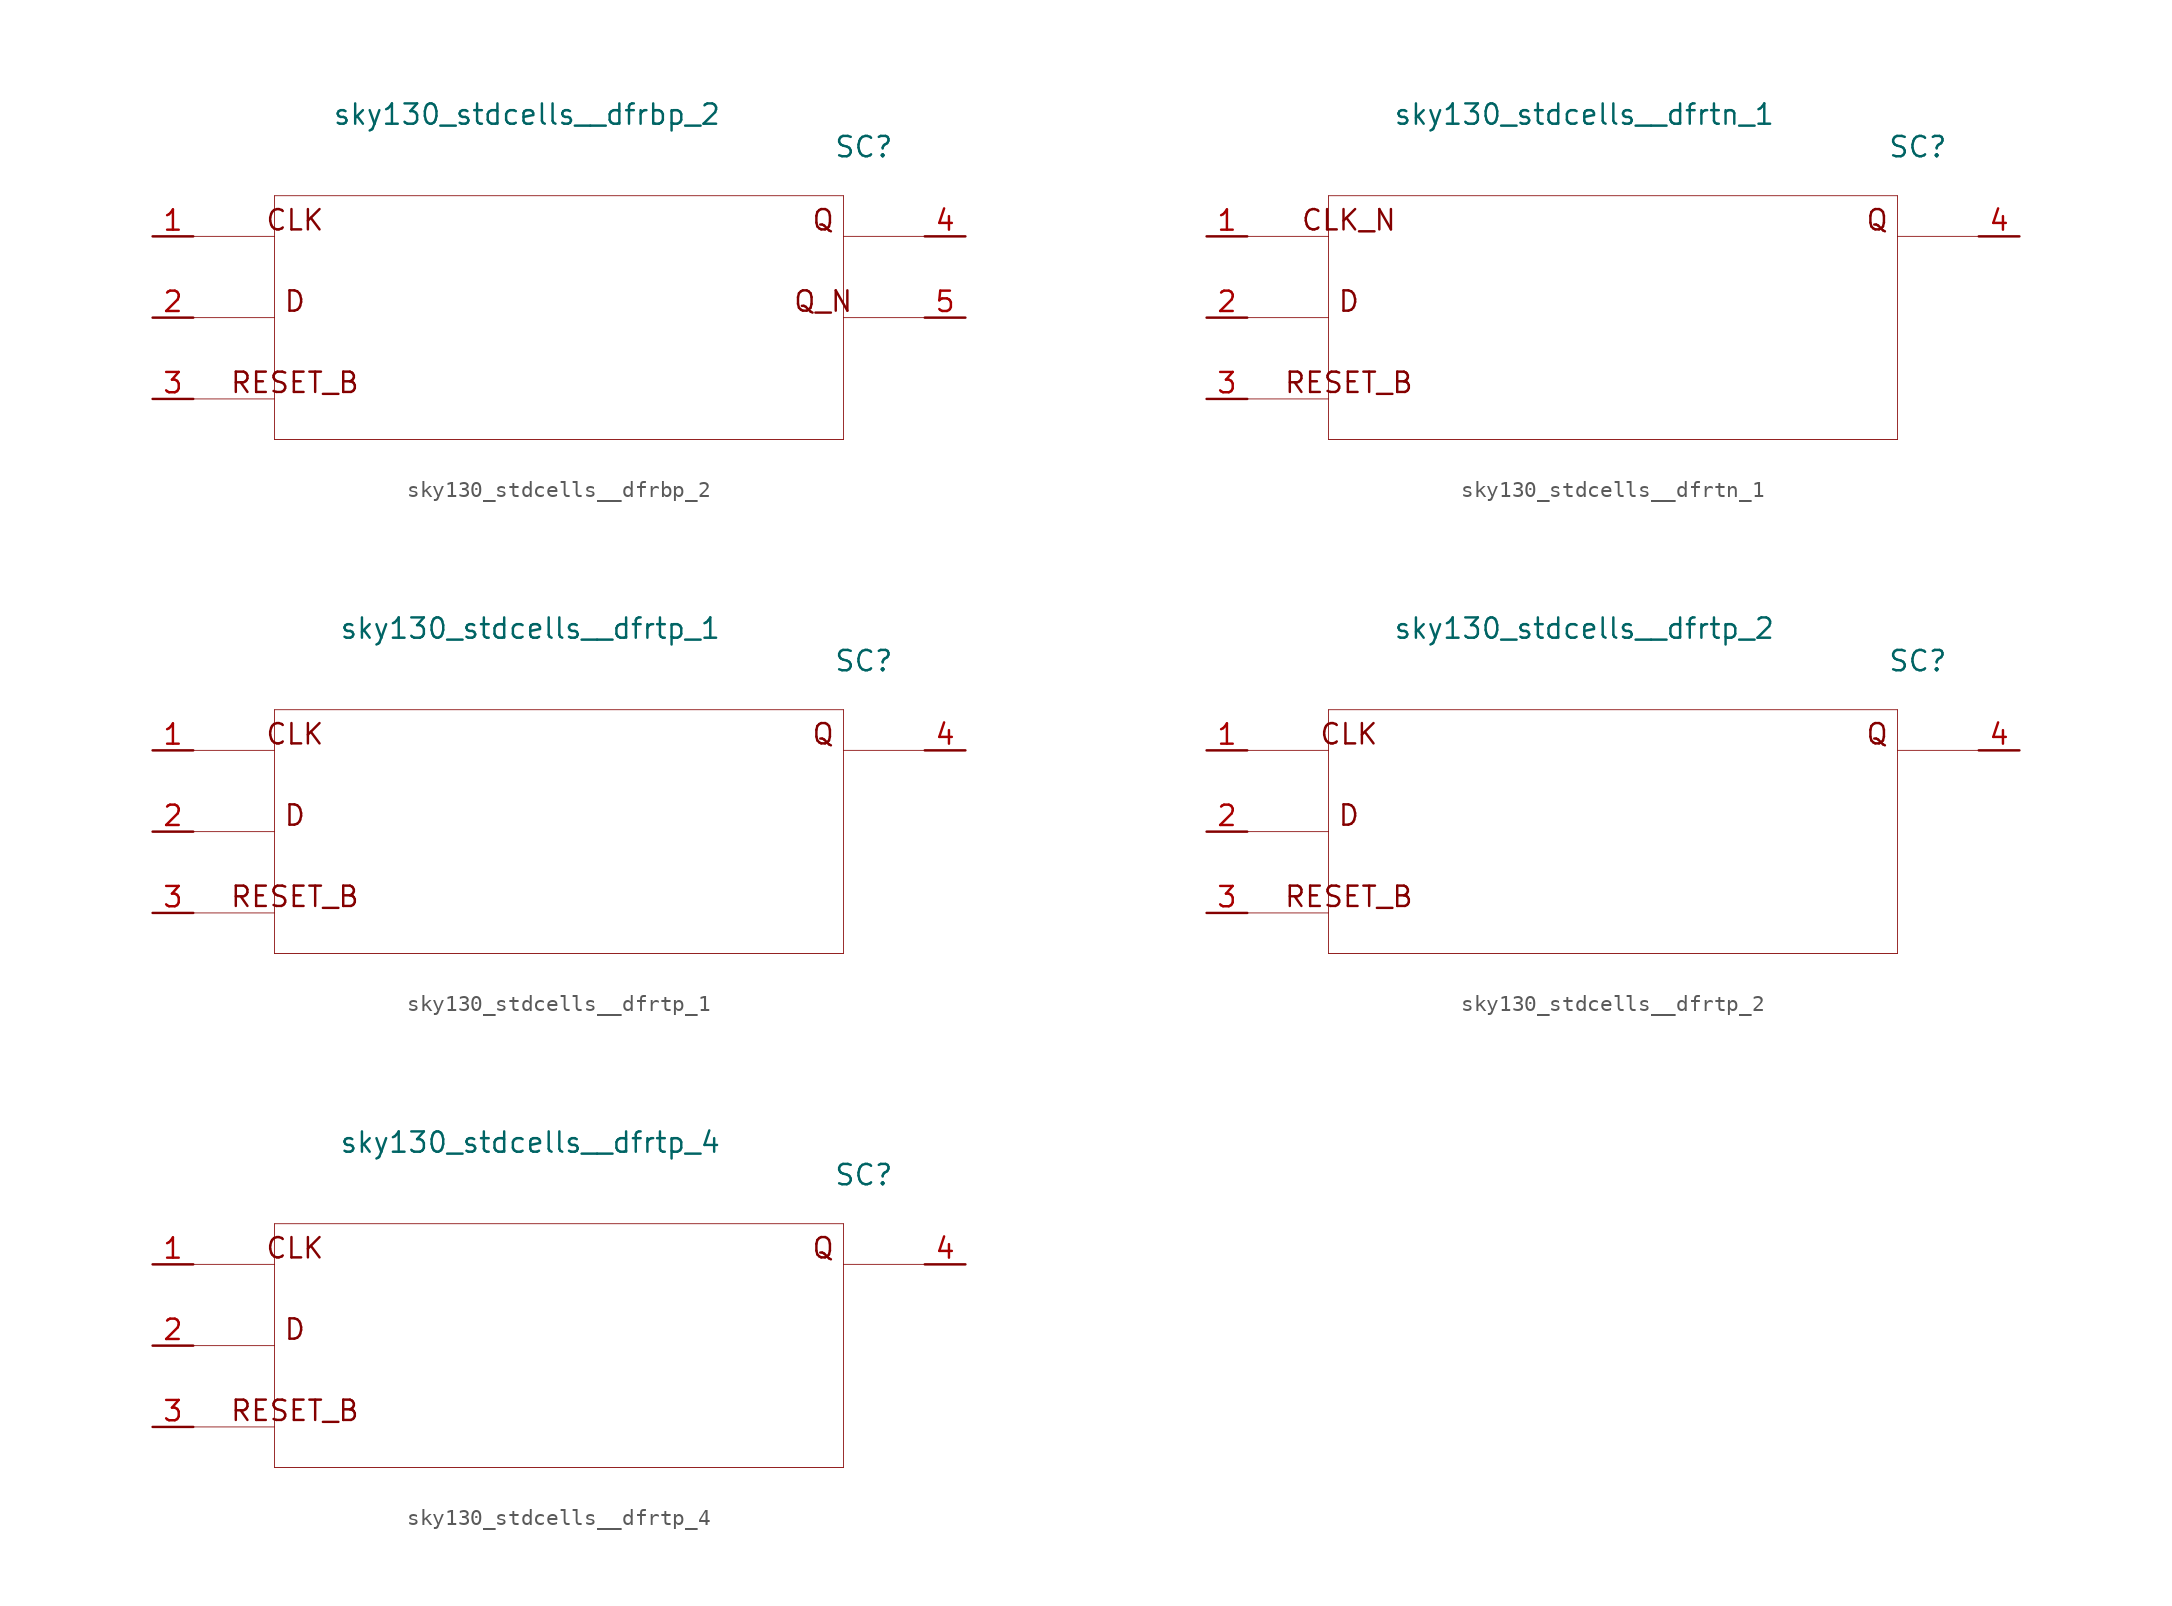
<source format=kicad_sym>
(kicad_symbol_lib
  (version 20211014)
  (generator kicad_symbol_editor)
  (symbol "sky130_stdcells__dfrbp_2"
    (pin_names hide)
    (property "Reference" "SC"
      (at 19.05 10.668 0)
      (effects (font (size 1.27 1.27))))
    (property "Value" "sky130_stdcells__dfrbp_2"
      (at 10.16 12.7 0)
      (effects (font (size 1.27 1.27)) (justify right)))
    (symbol "sky130_stdcells__dfrbp_2_0_0"
      (polyline (pts (xy -22.86 -5.08) (xy -17.78 -5.08)) (stroke (width 0.051) (type default) (color 0 0 0 0)) (fill (type none)))
      (polyline (pts (xy -22.86 0) (xy -17.78 0)) (stroke (width 0.051) (type default) (color 0 0 0 0)) (fill (type none)))
      (polyline (pts (xy -22.86 5.08) (xy -17.78 5.08)) (stroke (width 0.051) (type default) (color 0 0 0 0)) (fill (type none)))
      (polyline (pts (xy -17.78 -7.62) (xy 17.78 -7.62)) (stroke (width 0.051) (type default) (color 0 0 0 0)) (fill (type none)))
      (polyline (pts (xy -17.78 7.62) (xy -17.78 -7.62)) (stroke (width 0.051) (type default) (color 0 0 0 0)) (fill (type none)))
      (polyline (pts (xy -17.78 7.62) (xy 17.78 7.62)) (stroke (width 0.051) (type default) (color 0 0 0 0)) (fill (type none)))
      (polyline (pts (xy 17.78 0) (xy 22.86 0)) (stroke (width 0.051) (type default) (color 0 0 0 0)) (fill (type none)))
      (polyline (pts (xy 17.78 5.08) (xy 22.86 5.08)) (stroke (width 0.051) (type default) (color 0 0 0 0)) (fill (type none)))
      (polyline (pts (xy 17.78 7.62) (xy 17.78 -7.62)) (stroke (width 0.051) (type default) (color 0 0 0 0)) (fill (type none)))
      (text "CLK" (at -16.51 6.096 0) (effects (font (size 1.27 1.27))))
      (text "D" (at -16.51 1.016 0) (effects (font (size 1.27 1.27))))
      (text "Q" (at 16.51 6.096 0) (effects (font (size 1.27 1.27))))
      (text "Q_N" (at 16.51 1.016 0) (effects (font (size 1.27 1.27))))
      (text "RESET_B" (at -16.51 -4.064 0) (effects (font (size 1.27 1.27)))))
    (symbol "sky130_stdcells__dfrbp_2_1_1"
      (pin input line (at -25.4 5.08 0) (length 2.54) (name "CLK" (effects (font (size 1.092 1.092)))) (number "1" (effects (font (size 1.27 1.27)))))
      (pin input line (at -25.4 0 0) (length 2.54) (name "D" (effects (font (size 1.092 1.092)))) (number "2" (effects (font (size 1.27 1.27)))))
      (pin input line (at -25.4 -5.08 0) (length 2.54) (name "RESET_B" (effects (font (size 1.092 1.092)))) (number "3" (effects (font (size 1.27 1.27)))))
      (pin output line (at 25.4 5.08 180) (length 2.54) (name "Q" (effects (font (size 1.092 1.092)))) (number "4" (effects (font (size 1.27 1.27)))))
      (pin output line (at 25.4 0 180) (length 2.54) (name "Q_N" (effects (font (size 1.092 1.092)))) (number "5" (effects (font (size 1.27 1.27)))))))
  (symbol "sky130_stdcells__dfrtn_1"
    (pin_names hide)
    (property "Reference" "SC"
      (at 19.05 10.668 0)
      (effects (font (size 1.27 1.27))))
    (property "Value" "sky130_stdcells__dfrtn_1"
      (at 10.16 12.7 0)
      (effects (font (size 1.27 1.27)) (justify right)))
    (symbol "sky130_stdcells__dfrtn_1_0_0"
      (polyline (pts (xy -22.86 -5.08) (xy -17.78 -5.08)) (stroke (width 0.051) (type default) (color 0 0 0 0)) (fill (type none)))
      (polyline (pts (xy -22.86 0) (xy -17.78 0)) (stroke (width 0.051) (type default) (color 0 0 0 0)) (fill (type none)))
      (polyline (pts (xy -22.86 5.08) (xy -17.78 5.08)) (stroke (width 0.051) (type default) (color 0 0 0 0)) (fill (type none)))
      (polyline (pts (xy -17.78 -7.62) (xy 17.78 -7.62)) (stroke (width 0.051) (type default) (color 0 0 0 0)) (fill (type none)))
      (polyline (pts (xy -17.78 7.62) (xy -17.78 -7.62)) (stroke (width 0.051) (type default) (color 0 0 0 0)) (fill (type none)))
      (polyline (pts (xy -17.78 7.62) (xy 17.78 7.62)) (stroke (width 0.051) (type default) (color 0 0 0 0)) (fill (type none)))
      (polyline (pts (xy 17.78 5.08) (xy 22.86 5.08)) (stroke (width 0.051) (type default) (color 0 0 0 0)) (fill (type none)))
      (polyline (pts (xy 17.78 7.62) (xy 17.78 -7.62)) (stroke (width 0.051) (type default) (color 0 0 0 0)) (fill (type none)))
      (text "CLK_N" (at -16.51 6.096 0) (effects (font (size 1.27 1.27))))
      (text "D" (at -16.51 1.016 0) (effects (font (size 1.27 1.27))))
      (text "Q" (at 16.51 6.096 0) (effects (font (size 1.27 1.27))))
      (text "RESET_B" (at -16.51 -4.064 0) (effects (font (size 1.27 1.27)))))
    (symbol "sky130_stdcells__dfrtn_1_1_1"
      (pin input line (at -25.4 5.08 0) (length 2.54) (name "CLK_N" (effects (font (size 1.092 1.092)))) (number "1" (effects (font (size 1.27 1.27)))))
      (pin input line (at -25.4 0 0) (length 2.54) (name "D" (effects (font (size 1.092 1.092)))) (number "2" (effects (font (size 1.27 1.27)))))
      (pin input line (at -25.4 -5.08 0) (length 2.54) (name "RESET_B" (effects (font (size 1.092 1.092)))) (number "3" (effects (font (size 1.27 1.27)))))
      (pin output line (at 25.4 5.08 180) (length 2.54) (name "Q" (effects (font (size 1.092 1.092)))) (number "4" (effects (font (size 1.27 1.27)))))))
  (symbol "sky130_stdcells__dfrtp_1"
    (pin_names hide)
    (property "Reference" "SC"
      (at 19.05 10.668 0)
      (effects (font (size 1.27 1.27))))
    (property "Value" "sky130_stdcells__dfrtp_1"
      (at 10.16 12.7 0)
      (effects (font (size 1.27 1.27)) (justify right)))
    (symbol "sky130_stdcells__dfrtp_1_0_0"
      (polyline (pts (xy -22.86 -5.08) (xy -17.78 -5.08)) (stroke (width 0.051) (type default) (color 0 0 0 0)) (fill (type none)))
      (polyline (pts (xy -22.86 0) (xy -17.78 0)) (stroke (width 0.051) (type default) (color 0 0 0 0)) (fill (type none)))
      (polyline (pts (xy -22.86 5.08) (xy -17.78 5.08)) (stroke (width 0.051) (type default) (color 0 0 0 0)) (fill (type none)))
      (polyline (pts (xy -17.78 -7.62) (xy 17.78 -7.62)) (stroke (width 0.051) (type default) (color 0 0 0 0)) (fill (type none)))
      (polyline (pts (xy -17.78 7.62) (xy -17.78 -7.62)) (stroke (width 0.051) (type default) (color 0 0 0 0)) (fill (type none)))
      (polyline (pts (xy -17.78 7.62) (xy 17.78 7.62)) (stroke (width 0.051) (type default) (color 0 0 0 0)) (fill (type none)))
      (polyline (pts (xy 17.78 5.08) (xy 22.86 5.08)) (stroke (width 0.051) (type default) (color 0 0 0 0)) (fill (type none)))
      (polyline (pts (xy 17.78 7.62) (xy 17.78 -7.62)) (stroke (width 0.051) (type default) (color 0 0 0 0)) (fill (type none)))
      (text "CLK" (at -16.51 6.096 0) (effects (font (size 1.27 1.27))))
      (text "D" (at -16.51 1.016 0) (effects (font (size 1.27 1.27))))
      (text "Q" (at 16.51 6.096 0) (effects (font (size 1.27 1.27))))
      (text "RESET_B" (at -16.51 -4.064 0) (effects (font (size 1.27 1.27)))))
    (symbol "sky130_stdcells__dfrtp_1_1_1"
      (pin input line (at -25.4 5.08 0) (length 2.54) (name "CLK" (effects (font (size 1.092 1.092)))) (number "1" (effects (font (size 1.27 1.27)))))
      (pin input line (at -25.4 0 0) (length 2.54) (name "D" (effects (font (size 1.092 1.092)))) (number "2" (effects (font (size 1.27 1.27)))))
      (pin input line (at -25.4 -5.08 0) (length 2.54) (name "RESET_B" (effects (font (size 1.092 1.092)))) (number "3" (effects (font (size 1.27 1.27)))))
      (pin output line (at 25.4 5.08 180) (length 2.54) (name "Q" (effects (font (size 1.092 1.092)))) (number "4" (effects (font (size 1.27 1.27)))))))
  (symbol "sky130_stdcells__dfrtp_2"
    (pin_names hide)
    (property "Reference" "SC"
      (at 19.05 10.668 0)
      (effects (font (size 1.27 1.27))))
    (property "Value" "sky130_stdcells__dfrtp_2"
      (at 10.16 12.7 0)
      (effects (font (size 1.27 1.27)) (justify right)))
    (symbol "sky130_stdcells__dfrtp_2_0_0"
      (polyline (pts (xy -22.86 -5.08) (xy -17.78 -5.08)) (stroke (width 0.051) (type default) (color 0 0 0 0)) (fill (type none)))
      (polyline (pts (xy -22.86 0) (xy -17.78 0)) (stroke (width 0.051) (type default) (color 0 0 0 0)) (fill (type none)))
      (polyline (pts (xy -22.86 5.08) (xy -17.78 5.08)) (stroke (width 0.051) (type default) (color 0 0 0 0)) (fill (type none)))
      (polyline (pts (xy -17.78 -7.62) (xy 17.78 -7.62)) (stroke (width 0.051) (type default) (color 0 0 0 0)) (fill (type none)))
      (polyline (pts (xy -17.78 7.62) (xy -17.78 -7.62)) (stroke (width 0.051) (type default) (color 0 0 0 0)) (fill (type none)))
      (polyline (pts (xy -17.78 7.62) (xy 17.78 7.62)) (stroke (width 0.051) (type default) (color 0 0 0 0)) (fill (type none)))
      (polyline (pts (xy 17.78 5.08) (xy 22.86 5.08)) (stroke (width 0.051) (type default) (color 0 0 0 0)) (fill (type none)))
      (polyline (pts (xy 17.78 7.62) (xy 17.78 -7.62)) (stroke (width 0.051) (type default) (color 0 0 0 0)) (fill (type none)))
      (text "CLK" (at -16.51 6.096 0) (effects (font (size 1.27 1.27))))
      (text "D" (at -16.51 1.016 0) (effects (font (size 1.27 1.27))))
      (text "Q" (at 16.51 6.096 0) (effects (font (size 1.27 1.27))))
      (text "RESET_B" (at -16.51 -4.064 0) (effects (font (size 1.27 1.27)))))
    (symbol "sky130_stdcells__dfrtp_2_1_1"
      (pin input line (at -25.4 5.08 0) (length 2.54) (name "CLK" (effects (font (size 1.092 1.092)))) (number "1" (effects (font (size 1.27 1.27)))))
      (pin input line (at -25.4 0 0) (length 2.54) (name "D" (effects (font (size 1.092 1.092)))) (number "2" (effects (font (size 1.27 1.27)))))
      (pin input line (at -25.4 -5.08 0) (length 2.54) (name "RESET_B" (effects (font (size 1.092 1.092)))) (number "3" (effects (font (size 1.27 1.27)))))
      (pin output line (at 25.4 5.08 180) (length 2.54) (name "Q" (effects (font (size 1.092 1.092)))) (number "4" (effects (font (size 1.27 1.27)))))))
  (symbol "sky130_stdcells__dfrtp_4"
    (pin_names hide)
    (property "Reference" "SC"
      (at 19.05 10.668 0)
      (effects (font (size 1.27 1.27))))
    (property "Value" "sky130_stdcells__dfrtp_4"
      (at 10.16 12.7 0)
      (effects (font (size 1.27 1.27)) (justify right)))
    (symbol "sky130_stdcells__dfrtp_4_0_0"
      (polyline (pts (xy -22.86 -5.08) (xy -17.78 -5.08)) (stroke (width 0.051) (type default) (color 0 0 0 0)) (fill (type none)))
      (polyline (pts (xy -22.86 0) (xy -17.78 0)) (stroke (width 0.051) (type default) (color 0 0 0 0)) (fill (type none)))
      (polyline (pts (xy -22.86 5.08) (xy -17.78 5.08)) (stroke (width 0.051) (type default) (color 0 0 0 0)) (fill (type none)))
      (polyline (pts (xy -17.78 -7.62) (xy 17.78 -7.62)) (stroke (width 0.051) (type default) (color 0 0 0 0)) (fill (type none)))
      (polyline (pts (xy -17.78 7.62) (xy -17.78 -7.62)) (stroke (width 0.051) (type default) (color 0 0 0 0)) (fill (type none)))
      (polyline (pts (xy -17.78 7.62) (xy 17.78 7.62)) (stroke (width 0.051) (type default) (color 0 0 0 0)) (fill (type none)))
      (polyline (pts (xy 17.78 5.08) (xy 22.86 5.08)) (stroke (width 0.051) (type default) (color 0 0 0 0)) (fill (type none)))
      (polyline (pts (xy 17.78 7.62) (xy 17.78 -7.62)) (stroke (width 0.051) (type default) (color 0 0 0 0)) (fill (type none)))
      (text "CLK" (at -16.51 6.096 0) (effects (font (size 1.27 1.27))))
      (text "D" (at -16.51 1.016 0) (effects (font (size 1.27 1.27))))
      (text "Q" (at 16.51 6.096 0) (effects (font (size 1.27 1.27))))
      (text "RESET_B" (at -16.51 -4.064 0) (effects (font (size 1.27 1.27)))))
    (symbol "sky130_stdcells__dfrtp_4_1_1"
      (pin input line (at -25.4 5.08 0) (length 2.54) (name "CLK" (effects (font (size 1.092 1.092)))) (number "1" (effects (font (size 1.27 1.27)))))
      (pin input line (at -25.4 0 0) (length 2.54) (name "D" (effects (font (size 1.092 1.092)))) (number "2" (effects (font (size 1.27 1.27)))))
      (pin input line (at -25.4 -5.08 0) (length 2.54) (name "RESET_B" (effects (font (size 1.092 1.092)))) (number "3" (effects (font (size 1.27 1.27)))))
      (pin output line (at 25.4 5.08 180) (length 2.54) (name "Q" (effects (font (size 1.092 1.092)))) (number "4" (effects (font (size 1.27 1.27))))))))
</source>
